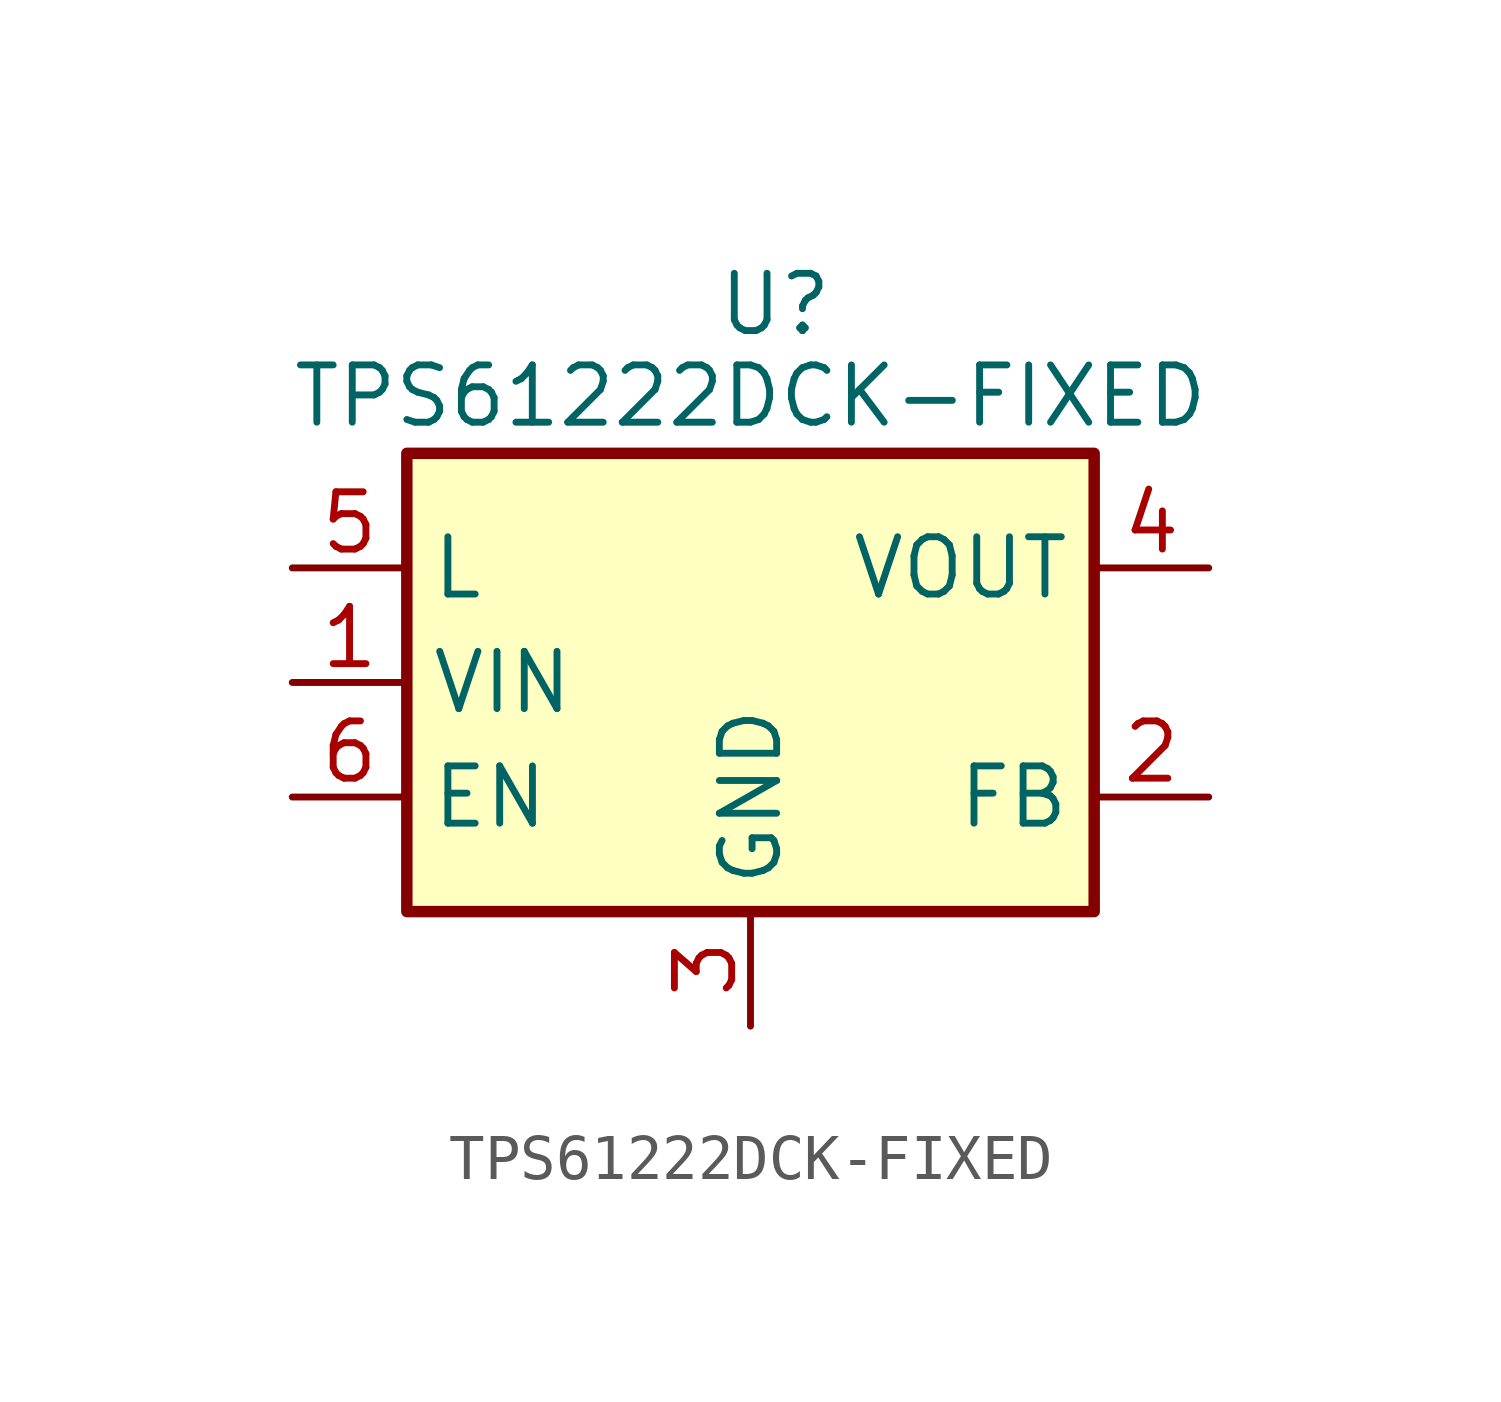
<source format=kicad_sym>
(kicad_symbol_lib
  (version 20241209)
  (generator "kicad_symbol_editor")
  (generator_version "9.0")
  (symbol "TPS61222DCK-FIXED"
    (property "Reference" "U"
      (at -0.762 8.382 0)
      (effects (font (size 1.27 1.27)) (justify left)))
    (property "Value" "TPS61222DCK-FIXED"
      (at 0 6.35 0)
      (effects (font (size 1.27 1.27))))
    (symbol "TPS61222DCK-FIXED_0_1"
      (rectangle (start -7.62 5.08) (end 7.62 -5.08) (stroke (width 0.254) (type default)) (fill (type background))))
    (symbol "TPS61222DCK-FIXED_1_1"
      (pin passive line (at -10.16 2.54 0) (length 2.54) (name "L" (effects (font (size 1.27 1.27)))) (number "5" (effects (font (size 1.27 1.27)))))
      (pin power_in line (at -10.16 0 0) (length 2.54) (name "VIN" (effects (font (size 1.27 1.27)))) (number "1" (effects (font (size 1.27 1.27)))))
      (pin input line (at -10.16 -2.54 0) (length 2.54) (name "EN" (effects (font (size 1.27 1.27)))) (number "6" (effects (font (size 1.27 1.27)))))
      (pin power_in line (at 0 -7.62 90) (length 2.54) (name "GND" (effects (font (size 1.27 1.27)))) (number "3" (effects (font (size 1.27 1.27)))))
      (pin power_out line (at 10.16 2.54 180) (length 2.54) (name "VOUT" (effects (font (size 1.27 1.27)))) (number "4" (effects (font (size 1.27 1.27)))))
      (pin input line (at 10.16 -2.54 180) (length 2.54) (name "FB" (effects (font (size 1.27 1.27)))) (number "2" (effects (font (size 1.27 1.27))))))))
</source>
